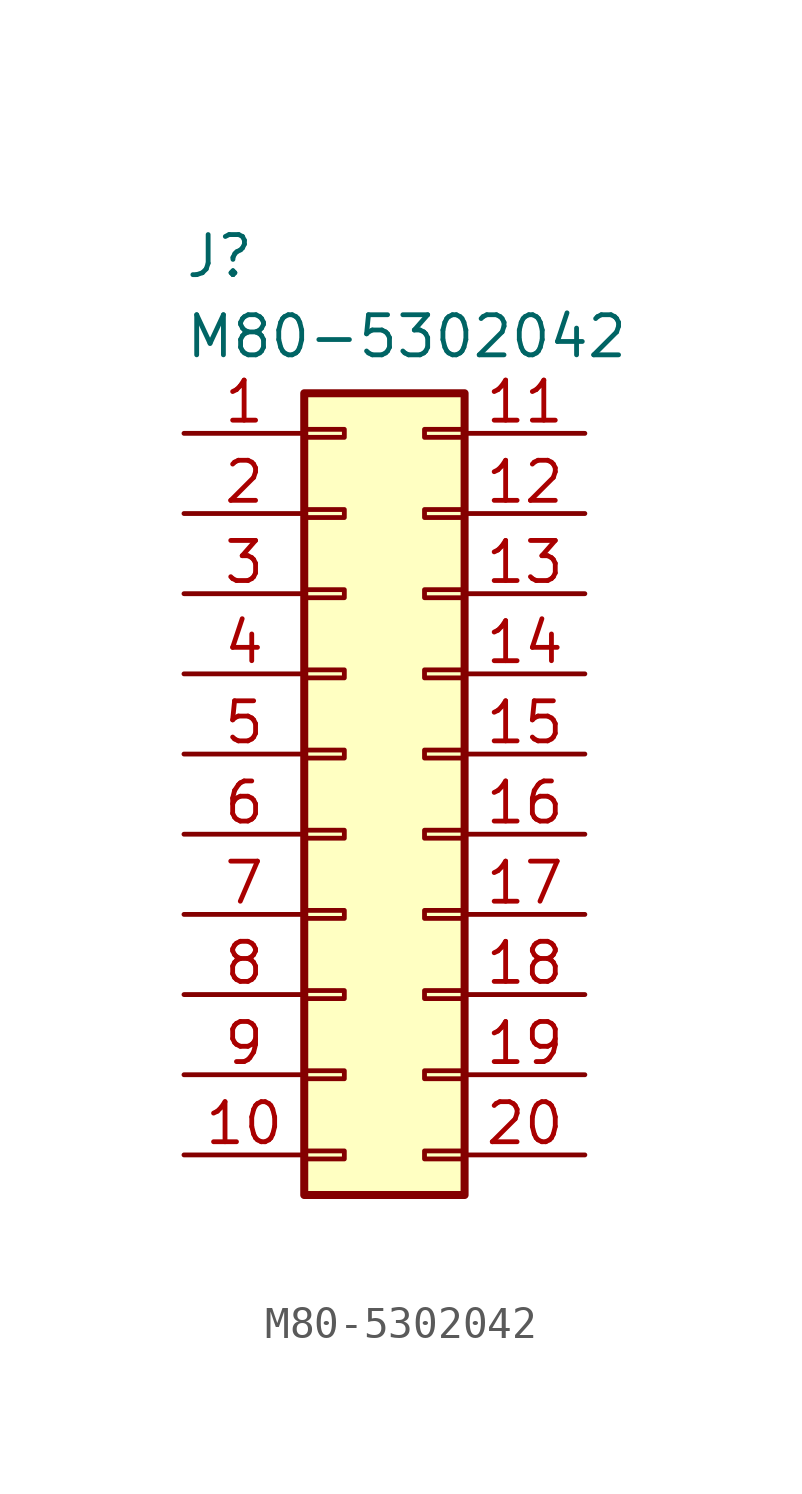
<source format=kicad_sym>
(kicad_symbol_lib
  (version 20220914)
  (generator kicad_symbol_editor)
  (symbol "M80-5302042"
    (property "Reference" "J"
      (at -6.35 17.78 0)
      (effects (font (size 1.27 1.27)) (justify left top)))
    (property "Value" "M80-5302042"
      (at -6.35 15.24 0)
      (effects (font (size 1.27 1.27)) (justify left top)))
    (symbol "M80-5302042_1_1"
      (rectangle (start -2.54 -11.303) (end -1.27 -11.557) (stroke (width 0.152) (type default)) (fill (type none)))
      (rectangle (start -2.54 -8.763) (end -1.27 -9.017) (stroke (width 0.152) (type default)) (fill (type none)))
      (rectangle (start -2.54 -6.223) (end -1.27 -6.477) (stroke (width 0.152) (type default)) (fill (type none)))
      (rectangle (start -2.54 -3.683) (end -1.27 -3.937) (stroke (width 0.152) (type default)) (fill (type none)))
      (rectangle (start -2.54 -1.143) (end -1.27 -1.397) (stroke (width 0.152) (type default)) (fill (type none)))
      (rectangle (start -2.54 1.397) (end -1.27 1.143) (stroke (width 0.152) (type default)) (fill (type none)))
      (rectangle (start -2.54 3.937) (end -1.27 3.683) (stroke (width 0.152) (type default)) (fill (type none)))
      (rectangle (start -2.54 6.477) (end -1.27 6.223) (stroke (width 0.152) (type default)) (fill (type none)))
      (rectangle (start -2.54 9.017) (end -1.27 8.763) (stroke (width 0.152) (type default)) (fill (type none)))
      (rectangle (start -2.54 11.557) (end -1.27 11.303) (stroke (width 0.152) (type default)) (fill (type none)))
      (rectangle (start -2.54 12.7) (end 2.54 -12.7) (stroke (width 0.254) (type default)) (fill (type background)))
      (rectangle (start 2.54 -11.303) (end 1.27 -11.557) (stroke (width 0.152) (type default)) (fill (type none)))
      (rectangle (start 2.54 -8.763) (end 1.27 -9.017) (stroke (width 0.152) (type default)) (fill (type none)))
      (rectangle (start 2.54 -6.223) (end 1.27 -6.477) (stroke (width 0.152) (type default)) (fill (type none)))
      (rectangle (start 2.54 -3.683) (end 1.27 -3.937) (stroke (width 0.152) (type default)) (fill (type none)))
      (rectangle (start 2.54 -1.143) (end 1.27 -1.397) (stroke (width 0.152) (type default)) (fill (type none)))
      (rectangle (start 2.54 1.397) (end 1.27 1.143) (stroke (width 0.152) (type default)) (fill (type none)))
      (rectangle (start 2.54 3.937) (end 1.27 3.683) (stroke (width 0.152) (type default)) (fill (type none)))
      (rectangle (start 2.54 6.477) (end 1.27 6.223) (stroke (width 0.152) (type default)) (fill (type none)))
      (rectangle (start 2.54 9.017) (end 1.27 8.763) (stroke (width 0.152) (type default)) (fill (type none)))
      (rectangle (start 2.54 11.557) (end 1.27 11.303) (stroke (width 0.152) (type default)) (fill (type none)))
      (pin passive line (at -6.35 11.43 0) (length 3.81) (name "" (effects (font (size 1.27 1.27)))) (number "1" (effects (font (size 1.27 1.27)))))
      (pin passive line (at -6.35 -11.43 0) (length 3.81) (name "" (effects (font (size 1.27 1.27)))) (number "10" (effects (font (size 1.27 1.27)))))
      (pin passive line (at 6.35 11.43 180) (length 3.81) (name "" (effects (font (size 1.27 1.27)))) (number "11" (effects (font (size 1.27 1.27)))))
      (pin passive line (at 6.35 8.89 180) (length 3.81) (name "" (effects (font (size 1.27 1.27)))) (number "12" (effects (font (size 1.27 1.27)))))
      (pin passive line (at 6.35 6.35 180) (length 3.81) (name "" (effects (font (size 1.27 1.27)))) (number "13" (effects (font (size 1.27 1.27)))))
      (pin passive line (at 6.35 3.81 180) (length 3.81) (name "" (effects (font (size 1.27 1.27)))) (number "14" (effects (font (size 1.27 1.27)))))
      (pin passive line (at 6.35 1.27 180) (length 3.81) (name "" (effects (font (size 1.27 1.27)))) (number "15" (effects (font (size 1.27 1.27)))))
      (pin passive line (at 6.35 -1.27 180) (length 3.81) (name "" (effects (font (size 1.27 1.27)))) (number "16" (effects (font (size 1.27 1.27)))))
      (pin passive line (at 6.35 -3.81 180) (length 3.81) (name "" (effects (font (size 1.27 1.27)))) (number "17" (effects (font (size 1.27 1.27)))))
      (pin passive line (at 6.35 -6.35 180) (length 3.81) (name "" (effects (font (size 1.27 1.27)))) (number "18" (effects (font (size 1.27 1.27)))))
      (pin passive line (at 6.35 -8.89 180) (length 3.81) (name "" (effects (font (size 1.27 1.27)))) (number "19" (effects (font (size 1.27 1.27)))))
      (pin passive line (at -6.35 8.89 0) (length 3.81) (name "" (effects (font (size 1.27 1.27)))) (number "2" (effects (font (size 1.27 1.27)))))
      (pin passive line (at 6.35 -11.43 180) (length 3.81) (name "" (effects (font (size 1.27 1.27)))) (number "20" (effects (font (size 1.27 1.27)))))
      (pin passive line (at -6.35 6.35 0) (length 3.81) (name "" (effects (font (size 1.27 1.27)))) (number "3" (effects (font (size 1.27 1.27)))))
      (pin passive line (at -6.35 3.81 0) (length 3.81) (name "" (effects (font (size 1.27 1.27)))) (number "4" (effects (font (size 1.27 1.27)))))
      (pin passive line (at -6.35 1.27 0) (length 3.81) (name "" (effects (font (size 1.27 1.27)))) (number "5" (effects (font (size 1.27 1.27)))))
      (pin passive line (at -6.35 -1.27 0) (length 3.81) (name "" (effects (font (size 1.27 1.27)))) (number "6" (effects (font (size 1.27 1.27)))))
      (pin passive line (at -6.35 -3.81 0) (length 3.81) (name "" (effects (font (size 1.27 1.27)))) (number "7" (effects (font (size 1.27 1.27)))))
      (pin passive line (at -6.35 -6.35 0) (length 3.81) (name "" (effects (font (size 1.27 1.27)))) (number "8" (effects (font (size 1.27 1.27)))))
      (pin passive line (at -6.35 -8.89 0) (length 3.81) (name "" (effects (font (size 1.27 1.27)))) (number "9" (effects (font (size 1.27 1.27))))))))
</source>
